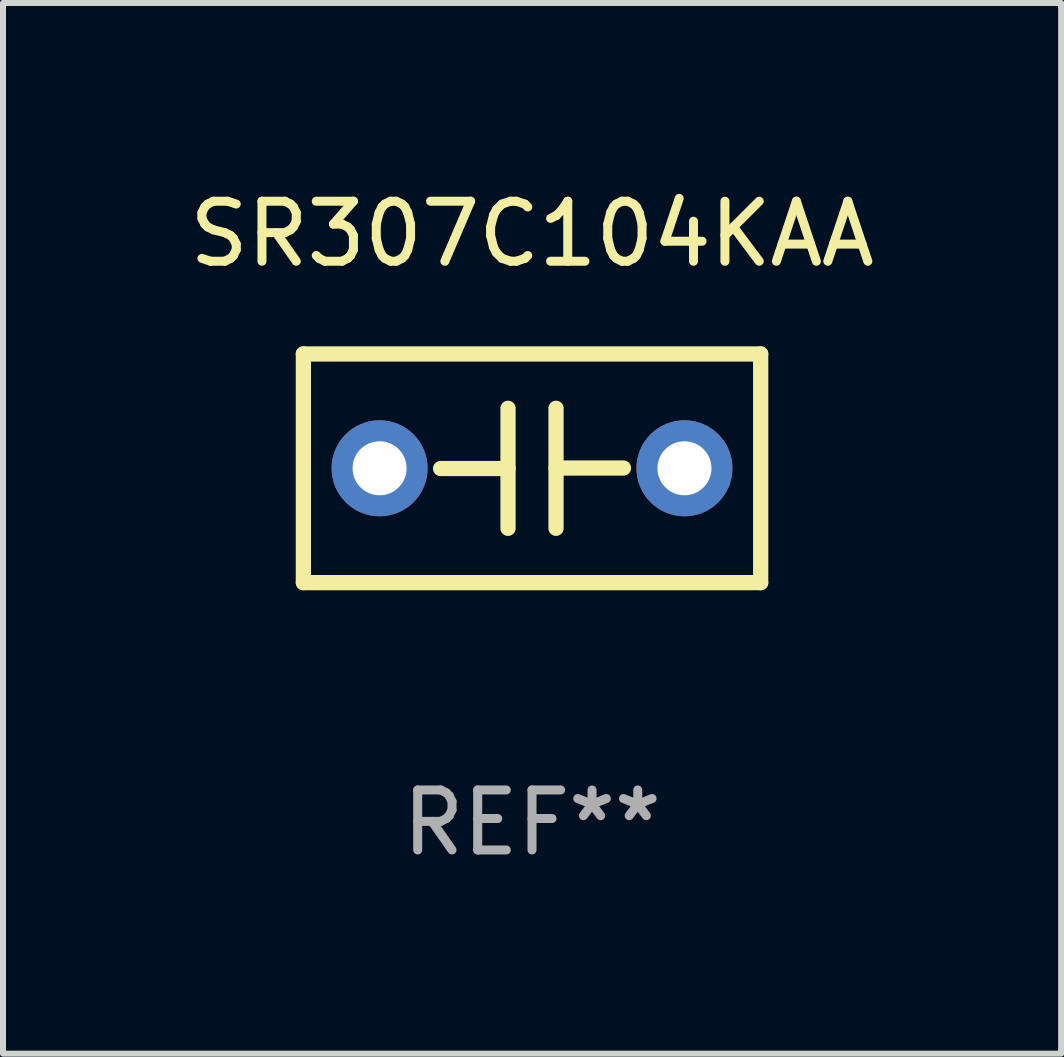
<source format=kicad_pcb>
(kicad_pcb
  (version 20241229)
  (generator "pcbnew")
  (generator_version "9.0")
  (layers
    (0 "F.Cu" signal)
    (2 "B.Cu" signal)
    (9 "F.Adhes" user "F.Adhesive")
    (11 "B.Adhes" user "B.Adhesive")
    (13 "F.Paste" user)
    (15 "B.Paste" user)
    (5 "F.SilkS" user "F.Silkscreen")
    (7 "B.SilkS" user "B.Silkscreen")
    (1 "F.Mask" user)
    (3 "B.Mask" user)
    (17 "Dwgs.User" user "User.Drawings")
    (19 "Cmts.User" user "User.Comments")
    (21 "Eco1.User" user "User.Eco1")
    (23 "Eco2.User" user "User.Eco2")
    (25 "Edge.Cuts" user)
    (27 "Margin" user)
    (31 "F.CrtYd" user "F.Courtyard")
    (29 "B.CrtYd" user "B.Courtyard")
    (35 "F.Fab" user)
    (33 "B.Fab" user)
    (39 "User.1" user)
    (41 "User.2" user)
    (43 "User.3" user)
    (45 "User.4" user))
  (footprint "SR307C104KAA"
    (layer "F.Cu")
    (at 5.815 4.753)
    (property "Reference" "SR307C104KAA" (at 0 -3.905 0) (layer "F.SilkS") (effects (font (size 1 1) (thickness 0.15))))
    (attr through_hole)
    (fp_line (start -3.81 -1.905) (end 3.81 -1.905) (stroke (width 0.254) (type solid)) (layer "F.SilkS"))
    (fp_line (start -3.81 1.905) (end -3.81 -1.905) (stroke (width 0.254) (type solid)) (layer "F.SilkS"))
    (fp_line (start -0.4 -1) (end -0.4 1) (stroke (width 0.254) (type solid)) (layer "F.SilkS"))
    (fp_line (start -0.4 0.004) (end -1.524 0.004) (stroke (width 0.254) (type solid)) (layer "F.SilkS"))
    (fp_line (start 0.4 -0.004) (end 1.524 -0.004) (stroke (width 0.254) (type solid)) (layer "F.SilkS"))
    (fp_line (start 0.4 1) (end 0.4 -1) (stroke (width 0.254) (type solid)) (layer "F.SilkS"))
    (fp_line (start 3.81 -1.905) (end 3.81 1.905) (stroke (width 0.254) (type solid)) (layer "F.SilkS"))
    (fp_line (start 3.81 1.905) (end -3.81 1.905) (stroke (width 0.254) (type solid)) (layer "F.SilkS"))
    (fp_circle (center -3.8 1.9) (end -3.77 1.9) (stroke (width 0.06) (type solid)) (fill no) (layer "F.SilkS"))
    (fp_text user "REF**" (at 0 5.905 0) (layer "F.Fab") (effects (font (size 1 1) (thickness 0.15))))
    (pad "1" thru_hole circle (at -2.54 0) (size 1.6 1.6) (drill 0.9) (layers "*.Cu" "*.Mask"))
    (pad "2" thru_hole circle (at 2.54 0) (size 1.6 1.6) (drill 0.9) (layers "*.Cu" "*.Mask")))
  (gr_rect
    (start -3 -3)
    (end 14.631 14.507)
    (stroke (width 0.1) (type default))
    (fill no)
    (layer "Edge.Cuts")))
</source>
